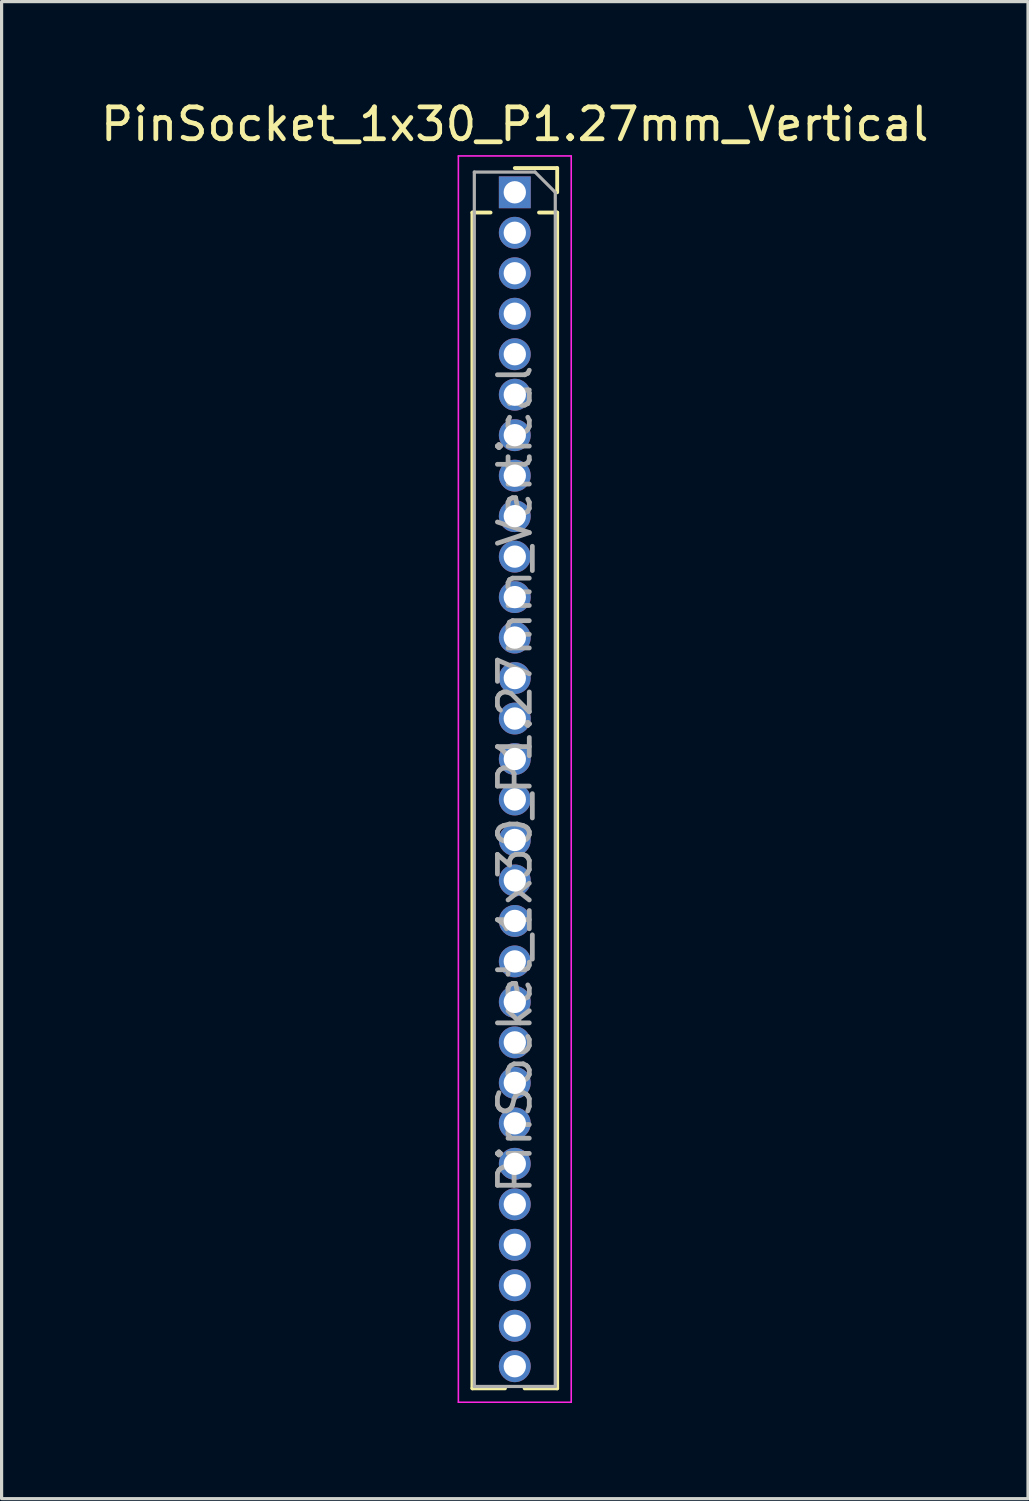
<source format=kicad_pcb>
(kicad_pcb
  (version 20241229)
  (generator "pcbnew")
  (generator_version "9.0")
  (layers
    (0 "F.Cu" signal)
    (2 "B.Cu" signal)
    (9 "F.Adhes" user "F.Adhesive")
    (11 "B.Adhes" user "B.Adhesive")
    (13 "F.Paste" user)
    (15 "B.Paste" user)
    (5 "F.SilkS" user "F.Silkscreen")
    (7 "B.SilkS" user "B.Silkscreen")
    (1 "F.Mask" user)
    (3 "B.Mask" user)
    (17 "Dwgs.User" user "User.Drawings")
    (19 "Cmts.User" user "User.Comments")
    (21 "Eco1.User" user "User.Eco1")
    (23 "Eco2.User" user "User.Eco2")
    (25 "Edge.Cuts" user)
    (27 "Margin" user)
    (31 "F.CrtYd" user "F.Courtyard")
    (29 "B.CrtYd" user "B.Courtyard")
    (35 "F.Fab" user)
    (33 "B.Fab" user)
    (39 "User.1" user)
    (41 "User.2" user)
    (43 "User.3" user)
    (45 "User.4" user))
  (footprint "PinSocket_1x30_P1.27mm_Vertical"
    (layer "F.Cu")
    (at 13.101 2.983)
    (property "Reference" "PinSocket_1x30_P1.27mm_Vertical" (at 0 -2.135 0) (layer "F.SilkS") (effects (font (size 1 1) (thickness 0.15))))
    (attr through_hole)
    (fp_line (start -1.33 0.635) (end -1.33 37.525) (stroke (width 0.12) (type solid)) (layer "F.SilkS"))
    (fp_line (start -1.33 0.635) (end -0.76 0.635) (stroke (width 0.12) (type solid)) (layer "F.SilkS"))
    (fp_line (start -1.33 37.525) (end -0.308 37.525) (stroke (width 0.12) (type solid)) (layer "F.SilkS"))
    (fp_line (start 0 -0.76) (end 1.33 -0.76) (stroke (width 0.12) (type solid)) (layer "F.SilkS"))
    (fp_line (start 0.308 37.525) (end 1.33 37.525) (stroke (width 0.12) (type solid)) (layer "F.SilkS"))
    (fp_line (start 0.76 0.635) (end 1.33 0.635) (stroke (width 0.12) (type solid)) (layer "F.SilkS"))
    (fp_line (start 1.33 -0.76) (end 1.33 0) (stroke (width 0.12) (type solid)) (layer "F.SilkS"))
    (fp_line (start 1.33 0.635) (end 1.33 37.525) (stroke (width 0.12) (type solid)) (layer "F.SilkS"))
    (fp_line (start -1.77 -1.14) (end 1.77 -1.14) (stroke (width 0.05) (type solid)) (layer "F.CrtYd"))
    (fp_line (start -1.77 37.96) (end -1.77 -1.14) (stroke (width 0.05) (type solid)) (layer "F.CrtYd"))
    (fp_line (start 1.77 -1.14) (end 1.77 37.96) (stroke (width 0.05) (type solid)) (layer "F.CrtYd"))
    (fp_line (start 1.77 37.96) (end -1.77 37.96) (stroke (width 0.05) (type solid)) (layer "F.CrtYd"))
    (fp_line (start -1.27 -0.635) (end 0.635 -0.635) (stroke (width 0.1) (type solid)) (layer "F.Fab"))
    (fp_line (start -1.27 37.465) (end -1.27 -0.635) (stroke (width 0.1) (type solid)) (layer "F.Fab"))
    (fp_line (start 0.635 -0.635) (end 1.27 0) (stroke (width 0.1) (type solid)) (layer "F.Fab"))
    (fp_line (start 1.27 0) (end 1.27 37.465) (stroke (width 0.1) (type solid)) (layer "F.Fab"))
    (fp_line (start 1.27 37.465) (end -1.27 37.465) (stroke (width 0.1) (type solid)) (layer "F.Fab"))
    (fp_text user "${REFERENCE}" (at 0 18.415 90) (layer "F.Fab") (effects (font (size 1 1) (thickness 0.15))))
    (pad "1" thru_hole rect (at 0 0) (size 1 1) (drill 0.7) (layers "*.Cu" "*.Mask"))
    (pad "2" thru_hole circle (at 0 1.27) (size 1 1) (drill 0.7) (layers "*.Cu" "*.Mask"))
    (pad "3" thru_hole circle (at 0 2.54) (size 1 1) (drill 0.7) (layers "*.Cu" "*.Mask"))
    (pad "4" thru_hole circle (at 0 3.81) (size 1 1) (drill 0.7) (layers "*.Cu" "*.Mask"))
    (pad "5" thru_hole circle (at 0 5.08) (size 1 1) (drill 0.7) (layers "*.Cu" "*.Mask"))
    (pad "6" thru_hole circle (at 0 6.35) (size 1 1) (drill 0.7) (layers "*.Cu" "*.Mask"))
    (pad "7" thru_hole circle (at 0 7.62) (size 1 1) (drill 0.7) (layers "*.Cu" "*.Mask"))
    (pad "8" thru_hole circle (at 0 8.89) (size 1 1) (drill 0.7) (layers "*.Cu" "*.Mask"))
    (pad "9" thru_hole circle (at 0 10.16) (size 1 1) (drill 0.7) (layers "*.Cu" "*.Mask"))
    (pad "10" thru_hole circle (at 0 11.43) (size 1 1) (drill 0.7) (layers "*.Cu" "*.Mask"))
    (pad "11" thru_hole circle (at 0 12.7) (size 1 1) (drill 0.7) (layers "*.Cu" "*.Mask"))
    (pad "12" thru_hole circle (at 0 13.97) (size 1 1) (drill 0.7) (layers "*.Cu" "*.Mask"))
    (pad "13" thru_hole circle (at 0 15.24) (size 1 1) (drill 0.7) (layers "*.Cu" "*.Mask"))
    (pad "14" thru_hole circle (at 0 16.51) (size 1 1) (drill 0.7) (layers "*.Cu" "*.Mask"))
    (pad "15" thru_hole circle (at 0 17.78) (size 1 1) (drill 0.7) (layers "*.Cu" "*.Mask"))
    (pad "16" thru_hole circle (at 0 19.05) (size 1 1) (drill 0.7) (layers "*.Cu" "*.Mask"))
    (pad "17" thru_hole circle (at 0 20.32) (size 1 1) (drill 0.7) (layers "*.Cu" "*.Mask"))
    (pad "18" thru_hole circle (at 0 21.59) (size 1 1) (drill 0.7) (layers "*.Cu" "*.Mask"))
    (pad "19" thru_hole circle (at 0 22.86) (size 1 1) (drill 0.7) (layers "*.Cu" "*.Mask"))
    (pad "20" thru_hole circle (at 0 24.13) (size 1 1) (drill 0.7) (layers "*.Cu" "*.Mask"))
    (pad "21" thru_hole circle (at 0 25.4) (size 1 1) (drill 0.7) (layers "*.Cu" "*.Mask"))
    (pad "22" thru_hole circle (at 0 26.67) (size 1 1) (drill 0.7) (layers "*.Cu" "*.Mask"))
    (pad "23" thru_hole circle (at 0 27.94) (size 1 1) (drill 0.7) (layers "*.Cu" "*.Mask"))
    (pad "24" thru_hole circle (at 0 29.21) (size 1 1) (drill 0.7) (layers "*.Cu" "*.Mask"))
    (pad "25" thru_hole circle (at 0 30.48) (size 1 1) (drill 0.7) (layers "*.Cu" "*.Mask"))
    (pad "26" thru_hole circle (at 0 31.75) (size 1 1) (drill 0.7) (layers "*.Cu" "*.Mask"))
    (pad "27" thru_hole circle (at 0 33.02) (size 1 1) (drill 0.7) (layers "*.Cu" "*.Mask"))
    (pad "28" thru_hole circle (at 0 34.29) (size 1 1) (drill 0.7) (layers "*.Cu" "*.Mask"))
    (pad "29" thru_hole circle (at 0 35.56) (size 1 1) (drill 0.7) (layers "*.Cu" "*.Mask"))
    (pad "30" thru_hole circle (at 0 36.83) (size 1 1) (drill 0.7) (layers "*.Cu" "*.Mask")))
  (gr_rect
    (start -3 -3)
    (end 29.202 43.968)
    (stroke (width 0.1) (type default))
    (fill no)
    (layer "Edge.Cuts")))
</source>
